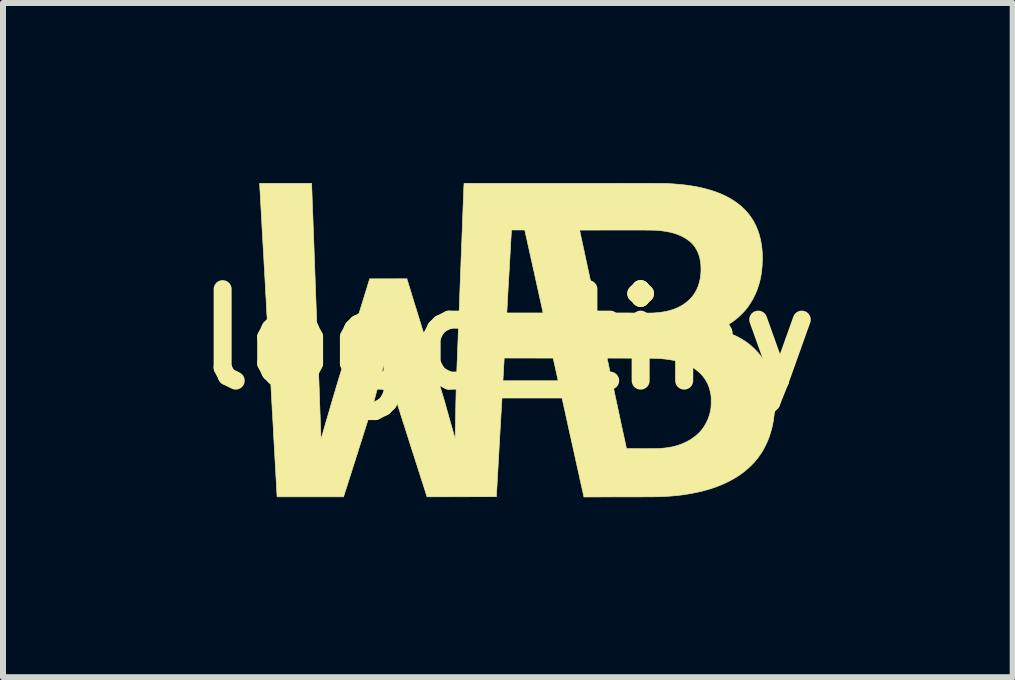
<source format=kicad_pcb>
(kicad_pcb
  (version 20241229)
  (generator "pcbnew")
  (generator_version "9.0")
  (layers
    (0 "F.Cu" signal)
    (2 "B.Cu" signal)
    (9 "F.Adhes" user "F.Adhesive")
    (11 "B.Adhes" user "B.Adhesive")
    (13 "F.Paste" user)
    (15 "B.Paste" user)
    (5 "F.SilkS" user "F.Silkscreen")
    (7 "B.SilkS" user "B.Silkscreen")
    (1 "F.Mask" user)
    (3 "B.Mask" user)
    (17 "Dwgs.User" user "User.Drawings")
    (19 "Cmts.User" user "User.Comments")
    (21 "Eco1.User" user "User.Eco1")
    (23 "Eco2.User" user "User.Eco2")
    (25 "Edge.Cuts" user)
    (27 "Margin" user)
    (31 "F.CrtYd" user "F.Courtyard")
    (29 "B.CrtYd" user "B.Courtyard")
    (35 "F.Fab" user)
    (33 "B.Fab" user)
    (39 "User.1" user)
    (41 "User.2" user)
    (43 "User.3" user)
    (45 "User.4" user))
  (footprint "logo_tiny"
    (layer "F.Cu")
    (at 5.414 2.604)
    (property "Reference" "logo_tiny" (at 0 0 0) (layer "F.SilkS") (effects (font (size 1.524 1.524) (thickness 0.3))))
    (attr through_hole)
    (fp_poly (pts (xy -3.27 -2.591) (xy -3.27 -2.588) (xy -3.27 -2.58) (xy -3.269 -2.567) (xy -3.268 -2.548) (xy -3.268 -2.526) (xy -3.267 -2.499) (xy -3.265 -2.468) (xy -3.264 -2.433) (xy -3.263 -2.394) (xy -3.261 -2.351) (xy -3.26 -2.305) (xy -3.258 -2.256) (xy -3.256 -2.204) (xy -3.254 -2.15) (xy -3.252 -2.092) (xy -3.249 -2.033) (xy -3.247 -1.971) (xy -3.245 -1.907) (xy -3.242 -1.841) (xy -3.24 -1.773) (xy -3.237 -1.705) (xy -3.236 -1.68) (xy -3.231 -1.538) (xy -3.226 -1.401) (xy -3.221 -1.268) (xy -3.217 -1.141) (xy -3.212 -1.019) (xy -3.208 -0.901) (xy -3.204 -0.788) (xy -3.2 -0.68) (xy -3.196 -0.576) (xy -3.192 -0.476) (xy -3.188 -0.38) (xy -3.185 -0.288) (xy -3.182 -0.201) (xy -3.179 -0.116) (xy -3.176 -0.036) (xy -3.173 0.041) (xy -3.17 0.115) (xy -3.168 0.185) (xy -3.165 0.252) (xy -3.163 0.316) (xy -3.161 0.377) (xy -3.158 0.436) (xy -3.156 0.491) (xy -3.154 0.545) (xy -3.153 0.596) (xy -3.151 0.644) (xy -3.149 0.69) (xy -3.147 0.735) (xy -3.146 0.777) (xy -3.144 0.818) (xy -3.143 0.856) (xy -3.142 0.894) (xy -3.14 0.929) (xy -3.139 0.964) (xy -3.138 0.997) (xy -3.137 1.03) (xy -3.136 1.061) (xy -3.135 1.091) (xy -3.134 1.121) (xy -3.133 1.15) (xy -3.132 1.179) (xy -3.131 1.207) (xy -3.13 1.235) (xy -3.129 1.238) (xy -3.128 1.285) (xy -3.126 1.331) (xy -3.125 1.375) (xy -3.123 1.417) (xy -3.122 1.456) (xy -3.12 1.493) (xy -3.119 1.527) (xy -3.118 1.558) (xy -3.117 1.586) (xy -3.116 1.609) (xy -3.115 1.629) (xy -3.115 1.645) (xy -3.114 1.655) (xy -3.114 1.661) (xy -3.114 1.662) (xy -3.112 1.661) (xy -3.11 1.655) (xy -3.109 1.649) (xy -3.091 1.587) (xy -3.073 1.524) (xy -3.054 1.46) (xy -3.036 1.396) (xy -3.017 1.331) (xy -2.998 1.266) (xy -2.979 1.202) (xy -2.961 1.139) (xy -2.943 1.077) (xy -2.925 1.017) (xy -2.908 0.958) (xy -2.891 0.902) (xy -2.875 0.849) (xy -2.861 0.799) (xy -2.847 0.753) (xy -2.834 0.71) (xy -2.822 0.671) (xy -2.812 0.637) (xy -2.806 0.619) (xy -2.798 0.593) (xy -2.789 0.563) (xy -2.778 0.528) (xy -2.766 0.49) (xy -2.753 0.447) (xy -2.739 0.402) (xy -2.724 0.354) (xy -2.708 0.303) (xy -2.692 0.25) (xy -2.675 0.195) (xy -2.657 0.139) (xy -2.64 0.082) (xy -2.622 0.024) (xy -2.604 -0.033) (xy -2.586 -0.091) (xy -2.568 -0.148) (xy -2.561 -0.172) (xy -2.544 -0.228) (xy -2.527 -0.283) (xy -2.51 -0.337) (xy -2.493 -0.391) (xy -2.477 -0.444) (xy -2.461 -0.495) (xy -2.446 -0.544) (xy -2.431 -0.592) (xy -2.417 -0.637) (xy -2.404 -0.679) (xy -2.392 -0.718) (xy -2.381 -0.754) (xy -2.371 -0.787) (xy -2.362 -0.815) (xy -2.355 -0.839) (xy -2.348 -0.859) (xy -2.345 -0.87) (xy -2.303 -1.007) (xy -1.993 -1.007) (xy -1.683 -1.008) (xy -1.668 -0.959) (xy -1.665 -0.95) (xy -1.66 -0.935) (xy -1.655 -0.917) (xy -1.648 -0.894) (xy -1.64 -0.869) (xy -1.631 -0.84) (xy -1.622 -0.809) (xy -1.611 -0.776) (xy -1.601 -0.741) (xy -1.59 -0.706) (xy -1.579 -0.669) (xy -1.576 -0.662) (xy -1.564 -0.621) (xy -1.551 -0.579) (xy -1.537 -0.535) (xy -1.523 -0.49) (xy -1.51 -0.446) (xy -1.496 -0.402) (xy -1.483 -0.36) (xy -1.471 -0.321) (xy -1.46 -0.284) (xy -1.45 -0.252) (xy -1.445 -0.237) (xy -1.437 -0.209) (xy -1.427 -0.176) (xy -1.415 -0.14) (xy -1.403 -0.101) (xy -1.39 -0.059) (xy -1.377 -0.015) (xy -1.363 0.03) (xy -1.349 0.075) (xy -1.335 0.121) (xy -1.321 0.165) (xy -1.308 0.208) (xy -1.302 0.226) (xy -1.28 0.3) (xy -1.258 0.369) (xy -1.238 0.434) (xy -1.22 0.494) (xy -1.203 0.55) (xy -1.187 0.601) (xy -1.172 0.649) (xy -1.159 0.693) (xy -1.146 0.733) (xy -1.135 0.77) (xy -1.124 0.804) (xy -1.115 0.835) (xy -1.106 0.864) (xy -1.099 0.889) (xy -1.091 0.913) (xy -1.085 0.934) (xy -1.079 0.953) (xy -1.074 0.97) (xy -1.069 0.986) (xy -1.065 1) (xy -1.061 1.014) (xy -1.058 1.026) (xy -1.054 1.037) (xy -1.051 1.048) (xy -1.048 1.059) (xy -1.047 1.063) (xy -1.042 1.081) (xy -1.035 1.104) (xy -1.028 1.131) (xy -1.02 1.161) (xy -1.011 1.193) (xy -1.001 1.226) (xy -0.991 1.261) (xy -0.982 1.295) (xy -0.972 1.329) (xy -0.969 1.34) (xy -0.96 1.372) (xy -0.951 1.405) (xy -0.942 1.437) (xy -0.933 1.468) (xy -0.925 1.497) (xy -0.917 1.523) (xy -0.911 1.547) (xy -0.905 1.567) (xy -0.901 1.583) (xy -0.899 1.589) (xy -0.893 1.61) (xy -0.888 1.626) (xy -0.884 1.638) (xy -0.881 1.646) (xy -0.88 1.648) (xy -0.879 1.648) (xy -0.879 1.645) (xy -0.879 1.636) (xy -0.878 1.623) (xy -0.878 1.606) (xy -0.877 1.584) (xy -0.877 1.559) (xy -0.876 1.53) (xy -0.875 1.498) (xy -0.874 1.463) (xy -0.874 1.425) (xy -0.873 1.385) (xy -0.872 1.343) (xy -0.871 1.299) (xy -0.87 1.254) (xy -0.869 1.185) (xy -0.868 1.122) (xy -0.867 1.062) (xy -0.865 1.006) (xy -0.864 0.953) (xy -0.863 0.902) (xy -0.862 0.853) (xy -0.86 0.806) (xy -0.859 0.759) (xy -0.857 0.712) (xy -0.856 0.664) (xy -0.854 0.616) (xy -0.853 0.59) (xy -0.851 0.55) (xy -0.85 0.505) (xy -0.848 0.455) (xy -0.846 0.402) (xy -0.843 0.344) (xy -0.841 0.282) (xy -0.839 0.217) (xy -0.836 0.149) (xy -0.833 0.078) (xy -0.83 0.005) (xy -0.828 -0.07) (xy -0.825 -0.147) (xy -0.822 -0.226) (xy -0.819 -0.305) (xy -0.816 -0.385) (xy -0.813 -0.438) (xy -0.018 -0.438) (xy 0.588 -0.438) (xy 0.587 -0.445) (xy 0.586 -0.448) (xy 0.584 -0.456) (xy 0.581 -0.469) (xy 0.578 -0.486) (xy 0.573 -0.507) (xy 0.568 -0.531) (xy 0.561 -0.559) (xy 0.555 -0.59) (xy 0.547 -0.623) (xy 0.539 -0.659) (xy 0.531 -0.697) (xy 0.522 -0.736) (xy 0.515 -0.769) (xy 0.505 -0.814) (xy 0.494 -0.863) (xy 0.482 -0.916) (xy 0.47 -0.972) (xy 0.457 -1.03) (xy 0.444 -1.09) (xy 0.431 -1.15) (xy 0.417 -1.21) (xy 0.404 -1.27) (xy 0.391 -1.327) (xy 0.379 -1.383) (xy 0.367 -1.435) (xy 0.363 -1.454) (xy 0.282 -1.819) (xy 1.196 -1.819) (xy 1.341 -1.143) (xy 1.354 -1.084) (xy 1.366 -1.026) (xy 1.379 -0.969) (xy 1.39 -0.914) (xy 1.402 -0.862) (xy 1.412 -0.811) (xy 1.423 -0.763) (xy 1.433 -0.717) (xy 1.442 -0.674) (xy 1.45 -0.635) (xy 1.458 -0.598) (xy 1.465 -0.565) (xy 1.471 -0.536) (xy 1.477 -0.511) (xy 1.481 -0.49) (xy 1.485 -0.473) (xy 1.487 -0.461) (xy 1.489 -0.454) (xy 1.489 -0.453) (xy 1.492 -0.439) (xy 1.901 -0.438) (xy 1.947 -0.438) (xy 1.993 -0.438) (xy 2.038 -0.438) (xy 2.081 -0.437) (xy 2.122 -0.437) (xy 2.16 -0.437) (xy 2.196 -0.437) (xy 2.229 -0.437) (xy 2.258 -0.437) (xy 2.284 -0.437) (xy 2.306 -0.437) (xy 2.323 -0.437) (xy 2.336 -0.437) (xy 2.344 -0.436) (xy 2.345 -0.436) (xy 2.36 -0.436) (xy 2.379 -0.437) (xy 2.399 -0.437) (xy 2.419 -0.438) (xy 2.432 -0.438) (xy 2.502 -0.444) (xy 2.569 -0.452) (xy 2.632 -0.463) (xy 2.691 -0.477) (xy 2.748 -0.494) (xy 2.802 -0.514) (xy 2.854 -0.538) (xy 2.869 -0.546) (xy 2.92 -0.575) (xy 2.967 -0.609) (xy 3.011 -0.645) (xy 3.051 -0.685) (xy 3.087 -0.728) (xy 3.118 -0.773) (xy 3.145 -0.821) (xy 3.167 -0.872) (xy 3.175 -0.892) (xy 3.192 -0.949) (xy 3.205 -1.005) (xy 3.213 -1.063) (xy 3.218 -1.123) (xy 3.219 -1.171) (xy 3.217 -1.234) (xy 3.211 -1.293) (xy 3.2 -1.349) (xy 3.185 -1.402) (xy 3.166 -1.452) (xy 3.143 -1.498) (xy 3.116 -1.541) (xy 3.085 -1.58) (xy 3.049 -1.617) (xy 3.025 -1.637) (xy 2.982 -1.669) (xy 2.935 -1.698) (xy 2.885 -1.724) (xy 2.831 -1.746) (xy 2.773 -1.766) (xy 2.711 -1.782) (xy 2.645 -1.796) (xy 2.574 -1.806) (xy 2.517 -1.813) (xy 2.506 -1.814) (xy 2.495 -1.815) (xy 2.481 -1.815) (xy 2.467 -1.816) (xy 2.45 -1.817) (xy 2.432 -1.817) (xy 2.412 -1.818) (xy 2.389 -1.818) (xy 2.364 -1.819) (xy 2.336 -1.819) (xy 2.305 -1.819) (xy 2.271 -1.82) (xy 2.233 -1.82) (xy 2.192 -1.82) (xy 2.147 -1.82) (xy 2.098 -1.82) (xy 2.045 -1.82) (xy 1.988 -1.82) (xy 1.926 -1.82) (xy 1.859 -1.82) (xy 1.787 -1.82) (xy 1.76 -1.82) (xy 1.196 -1.819) (xy 0.282 -1.819) (xy 0.282 -1.821) (xy 0.172 -1.821) (xy 0.062 -1.821) (xy 0.06 -1.815) (xy 0.06 -1.811) (xy 0.06 -1.803) (xy 0.059 -1.79) (xy 0.058 -1.772) (xy 0.056 -1.751) (xy 0.055 -1.726) (xy 0.053 -1.697) (xy 0.051 -1.665) (xy 0.049 -1.63) (xy 0.047 -1.593) (xy 0.045 -1.553) (xy 0.043 -1.512) (xy 0.04 -1.468) (xy 0.039 -1.444) (xy 0.036 -1.398) (xy 0.034 -1.351) (xy 0.031 -1.306) (xy 0.029 -1.261) (xy 0.026 -1.217) (xy 0.024 -1.175) (xy 0.022 -1.135) (xy 0.019 -1.098) (xy 0.018 -1.064) (xy 0.016 -1.033) (xy 0.014 -1.006) (xy 0.013 -0.984) (xy 0.012 -0.967) (xy 0.012 -0.965) (xy 0.011 -0.942) (xy 0.009 -0.915) (xy 0.007 -0.884) (xy 0.005 -0.85) (xy 0.003 -0.814) (xy 0.001 -0.777) (xy -0.001 -0.739) (xy -0.003 -0.702) (xy -0.005 -0.666) (xy -0.005 -0.659) (xy -0.007 -0.627) (xy -0.009 -0.596) (xy -0.01 -0.567) (xy -0.012 -0.541) (xy -0.013 -0.517) (xy -0.014 -0.496) (xy -0.016 -0.478) (xy -0.016 -0.465) (xy -0.017 -0.456) (xy -0.017 -0.453) (xy -0.018 -0.438) (xy -0.813 -0.438) (xy -0.812 -0.466) (xy -0.809 -0.547) (xy -0.806 -0.628) (xy -0.803 -0.708) (xy -0.8 -0.787) (xy -0.797 -0.865) (xy -0.794 -0.942) (xy -0.791 -1.016) (xy -0.789 -1.089) (xy -0.786 -1.159) (xy -0.783 -1.226) (xy -0.781 -1.29) (xy -0.779 -1.351) (xy -0.776 -1.407) (xy -0.775 -1.432) (xy -0.773 -1.486) (xy -0.771 -1.545) (xy -0.769 -1.605) (xy -0.766 -1.668) (xy -0.764 -1.733) (xy -0.761 -1.798) (xy -0.759 -1.862) (xy -0.757 -1.926) (xy -0.754 -1.988) (xy -0.752 -2.048) (xy -0.75 -2.105) (xy -0.748 -2.158) (xy -0.746 -2.206) (xy -0.746 -2.206) (xy -0.744 -2.25) (xy -0.743 -2.292) (xy -0.741 -2.333) (xy -0.74 -2.372) (xy -0.738 -2.408) (xy -0.737 -2.442) (xy -0.736 -2.474) (xy -0.735 -2.501) (xy -0.734 -2.526) (xy -0.733 -2.546) (xy -0.732 -2.562) (xy -0.731 -2.574) (xy -0.731 -2.581) (xy -0.731 -2.582) (xy -0.729 -2.599) (xy 0.923 -2.599) (xy 1.042 -2.599) (xy 1.158 -2.599) (xy 1.269 -2.599) (xy 1.377 -2.599) (xy 1.481 -2.599) (xy 1.581 -2.599) (xy 1.677 -2.599) (xy 1.768 -2.599) (xy 1.856 -2.598) (xy 1.939 -2.598) (xy 2.018 -2.598) (xy 2.093 -2.598) (xy 2.163 -2.598) (xy 2.229 -2.598) (xy 2.29 -2.598) (xy 2.346 -2.598) (xy 2.398 -2.598) (xy 2.445 -2.597) (xy 2.487 -2.597) (xy 2.524 -2.597) (xy 2.556 -2.597) (xy 2.584 -2.597) (xy 2.606 -2.597) (xy 2.623 -2.596) (xy 2.635 -2.596) (xy 2.64 -2.596) (xy 2.748 -2.59) (xy 2.85 -2.582) (xy 2.949 -2.572) (xy 3.043 -2.559) (xy 3.134 -2.544) (xy 3.221 -2.526) (xy 3.304 -2.505) (xy 3.377 -2.485) (xy 3.462 -2.457) (xy 3.542 -2.426) (xy 3.618 -2.392) (xy 3.69 -2.355) (xy 3.757 -2.314) (xy 3.82 -2.271) (xy 3.879 -2.225) (xy 3.933 -2.175) (xy 3.983 -2.123) (xy 4.028 -2.067) (xy 4.069 -2.008) (xy 4.106 -1.947) (xy 4.138 -1.882) (xy 4.166 -1.814) (xy 4.19 -1.743) (xy 4.209 -1.669) (xy 4.224 -1.591) (xy 4.235 -1.511) (xy 4.241 -1.428) (xy 4.243 -1.341) (xy 4.242 -1.313) (xy 4.238 -1.223) (xy 4.23 -1.136) (xy 4.217 -1.052) (xy 4.2 -0.971) (xy 4.178 -0.893) (xy 4.152 -0.817) (xy 4.121 -0.745) (xy 4.086 -0.674) (xy 4.046 -0.607) (xy 4.002 -0.541) (xy 3.971 -0.501) (xy 3.959 -0.486) (xy 3.944 -0.469) (xy 3.926 -0.45) (xy 3.906 -0.43) (xy 3.886 -0.41) (xy 3.865 -0.39) (xy 3.845 -0.371) (xy 3.826 -0.354) (xy 3.81 -0.34) (xy 3.802 -0.333) (xy 3.745 -0.291) (xy 3.683 -0.252) (xy 3.619 -0.217) (xy 3.552 -0.186) (xy 3.505 -0.167) (xy 3.478 -0.157) (xy 3.519 -0.148) (xy 3.597 -0.13) (xy 3.673 -0.106) (xy 3.747 -0.078) (xy 3.819 -0.046) (xy 3.887 -0.009) (xy 3.953 0.032) (xy 3.998 0.064) (xy 4.058 0.112) (xy 4.114 0.164) (xy 4.166 0.219) (xy 4.214 0.278) (xy 4.258 0.341) (xy 4.298 0.407) (xy 4.334 0.476) (xy 4.366 0.549) (xy 4.374 0.57) (xy 4.398 0.638) (xy 4.417 0.71) (xy 4.432 0.784) (xy 4.442 0.862) (xy 4.449 0.943) (xy 4.451 1.028) (xy 4.45 1.115) (xy 4.444 1.206) (xy 4.438 1.263) (xy 4.426 1.354) (xy 4.409 1.443) (xy 4.387 1.528) (xy 4.362 1.61) (xy 4.332 1.689) (xy 4.297 1.765) (xy 4.292 1.775) (xy 4.26 1.837) (xy 4.225 1.895) (xy 4.187 1.95) (xy 4.147 2.003) (xy 4.103 2.054) (xy 4.054 2.105) (xy 4.045 2.114) (xy 3.985 2.169) (xy 3.92 2.222) (xy 3.851 2.271) (xy 3.778 2.317) (xy 3.7 2.36) (xy 3.619 2.4) (xy 3.533 2.437) (xy 3.444 2.471) (xy 3.35 2.501) (xy 3.253 2.528) (xy 3.152 2.552) (xy 3.048 2.572) (xy 2.94 2.59) (xy 2.828 2.604) (xy 2.712 2.614) (xy 2.666 2.617) (xy 2.651 2.618) (xy 2.636 2.619) (xy 2.622 2.62) (xy 2.608 2.621) (xy 2.594 2.622) (xy 2.579 2.622) (xy 2.564 2.623) (xy 2.548 2.623) (xy 2.531 2.624) (xy 2.513 2.624) (xy 2.492 2.625) (xy 2.47 2.625) (xy 2.446 2.625) (xy 2.42 2.626) (xy 2.391 2.626) (xy 2.359 2.626) (xy 2.324 2.626) (xy 2.285 2.626) (xy 2.243 2.627) (xy 2.198 2.627) (xy 2.148 2.627) (xy 2.093 2.627) (xy 2.035 2.627) (xy 1.971 2.627) (xy 1.902 2.627) (xy 1.891 2.627) (xy 1.268 2.629) (xy 1.262 2.604) (xy 1.261 2.599) (xy 1.259 2.59) (xy 1.256 2.575) (xy 1.252 2.556) (xy 1.247 2.532) (xy 1.24 2.504) (xy 1.233 2.472) (xy 1.225 2.436) (xy 1.216 2.396) (xy 1.206 2.352) (xy 1.196 2.305) (xy 1.185 2.254) (xy 1.173 2.2) (xy 1.16 2.143) (xy 1.147 2.084) (xy 1.133 2.021) (xy 1.119 1.957) (xy 1.104 1.889) (xy 1.089 1.82) (xy 1.073 1.749) (xy 1.057 1.676) (xy 1.04 1.601) (xy 1.023 1.525) (xy 1.006 1.448) (xy 0.989 1.37) (xy 0.971 1.29) (xy 0.954 1.21) (xy 0.936 1.129) (xy 0.918 1.048) (xy 0.9 0.967) (xy 0.882 0.885) (xy 0.864 0.804) (xy 0.846 0.722) (xy 0.835 0.676) (xy 0.827 0.637) (xy 0.818 0.598) (xy 0.81 0.561) (xy 0.802 0.525) (xy 0.794 0.492) (xy 0.788 0.461) (xy 0.781 0.433) (xy 0.776 0.408) (xy 0.771 0.387) (xy 0.767 0.37) (xy 0.764 0.357) (xy 0.763 0.349) (xy 0.762 0.348) (xy 0.755 0.314) (xy 0.734 0.314) (xy 1.653 0.314) (xy 1.658 0.337) (xy 1.659 0.341) (xy 1.661 0.351) (xy 1.665 0.365) (xy 1.669 0.384) (xy 1.674 0.407) (xy 1.679 0.435) (xy 1.686 0.466) (xy 1.694 0.501) (xy 1.702 0.54) (xy 1.711 0.581) (xy 1.721 0.626) (xy 1.731 0.674) (xy 1.742 0.724) (xy 1.753 0.777) (xy 1.765 0.831) (xy 1.777 0.888) (xy 1.789 0.947) (xy 1.802 1.006) (xy 1.815 1.068) (xy 1.82 1.088) (xy 1.833 1.15) (xy 1.846 1.21) (xy 1.858 1.268) (xy 1.87 1.325) (xy 1.882 1.38) (xy 1.893 1.432) (xy 1.904 1.482) (xy 1.914 1.53) (xy 1.924 1.575) (xy 1.933 1.616) (xy 1.941 1.655) (xy 1.949 1.69) (xy 1.956 1.721) (xy 1.961 1.748) (xy 1.966 1.772) (xy 1.971 1.791) (xy 1.974 1.805) (xy 1.976 1.815) (xy 1.977 1.82) (xy 1.977 1.82) (xy 1.98 1.821) (xy 1.988 1.821) (xy 2 1.822) (xy 2.016 1.822) (xy 2.036 1.822) (xy 2.059 1.823) (xy 2.085 1.823) (xy 2.113 1.823) (xy 2.143 1.823) (xy 2.175 1.823) (xy 2.207 1.824) (xy 2.241 1.824) (xy 2.274 1.824) (xy 2.307 1.823) (xy 2.34 1.823) (xy 2.371 1.823) (xy 2.401 1.823) (xy 2.429 1.823) (xy 2.455 1.822) (xy 2.477 1.822) (xy 2.497 1.822) (xy 2.512 1.821) (xy 2.524 1.821) (xy 2.597 1.815) (xy 2.666 1.806) (xy 2.731 1.795) (xy 2.794 1.78) (xy 2.853 1.762) (xy 2.911 1.74) (xy 2.967 1.715) (xy 2.982 1.707) (xy 3.039 1.676) (xy 3.092 1.641) (xy 3.14 1.603) (xy 3.185 1.562) (xy 3.225 1.518) (xy 3.261 1.47) (xy 3.293 1.418) (xy 3.311 1.385) (xy 3.333 1.339) (xy 3.35 1.292) (xy 3.365 1.244) (xy 3.377 1.192) (xy 3.384 1.152) (xy 3.386 1.137) (xy 3.387 1.117) (xy 3.388 1.094) (xy 3.389 1.068) (xy 3.389 1.042) (xy 3.389 1.015) (xy 3.389 0.989) (xy 3.388 0.965) (xy 3.386 0.944) (xy 3.384 0.927) (xy 3.384 0.924) (xy 3.372 0.865) (xy 3.357 0.809) (xy 3.336 0.756) (xy 3.312 0.706) (xy 3.283 0.659) (xy 3.249 0.614) (xy 3.211 0.572) (xy 3.208 0.569) (xy 3.167 0.532) (xy 3.123 0.498) (xy 3.075 0.466) (xy 3.023 0.438) (xy 2.968 0.413) (xy 2.909 0.391) (xy 2.845 0.371) (xy 2.778 0.355) (xy 2.706 0.342) (xy 2.63 0.331) (xy 2.55 0.323) (xy 2.466 0.318) (xy 2.456 0.318) (xy 2.441 0.318) (xy 2.421 0.317) (xy 2.396 0.317) (xy 2.368 0.317) (xy 2.337 0.316) (xy 2.302 0.316) (xy 2.265 0.316) (xy 2.225 0.316) (xy 2.183 0.315) (xy 2.14 0.315) (xy 2.095 0.315) (xy 2.05 0.315) (xy 2.028 0.315) (xy 1.653 0.314) (xy 0.734 0.314) (xy -0.061 0.313) (xy -0.062 0.328) (xy -0.062 0.332) (xy -0.062 0.341) (xy -0.063 0.355) (xy -0.064 0.373) (xy -0.065 0.397) (xy -0.067 0.424) (xy -0.069 0.456) (xy -0.071 0.492) (xy -0.073 0.533) (xy -0.075 0.576) (xy -0.078 0.624) (xy -0.081 0.675) (xy -0.084 0.729) (xy -0.087 0.786) (xy -0.09 0.846) (xy -0.094 0.908) (xy -0.098 0.973) (xy -0.101 1.041) (xy -0.105 1.111) (xy -0.109 1.182) (xy -0.114 1.256) (xy -0.118 1.331) (xy -0.122 1.408) (xy -0.127 1.484) (xy -0.191 2.624) (xy -0.769 2.625) (xy -1.347 2.626) (xy -1.35 2.617) (xy -1.356 2.597) (xy -1.364 2.573) (xy -1.373 2.544) (xy -1.384 2.511) (xy -1.395 2.474) (xy -1.408 2.434) (xy -1.422 2.39) (xy -1.438 2.343) (xy -1.454 2.293) (xy -1.47 2.24) (xy -1.488 2.186) (xy -1.506 2.129) (xy -1.525 2.071) (xy -1.544 2.011) (xy -1.563 1.95) (xy -1.583 1.889) (xy -1.603 1.827) (xy -1.623 1.764) (xy -1.643 1.702) (xy -1.662 1.64) (xy -1.682 1.579) (xy -1.686 1.567) (xy -1.706 1.503) (xy -1.725 1.443) (xy -1.743 1.388) (xy -1.759 1.338) (xy -1.774 1.291) (xy -1.788 1.248) (xy -1.8 1.208) (xy -1.812 1.171) (xy -1.823 1.136) (xy -1.833 1.104) (xy -1.842 1.075) (xy -1.851 1.047) (xy -1.859 1.02) (xy -1.867 0.995) (xy -1.874 0.97) (xy -1.881 0.946) (xy -1.888 0.923) (xy -1.895 0.899) (xy -1.902 0.875) (xy -1.91 0.85) (xy -1.917 0.825) (xy -1.925 0.798) (xy -1.933 0.77) (xy -1.933 0.769) (xy -1.948 0.715) (xy -1.962 0.667) (xy -1.975 0.623) (xy -1.986 0.584) (xy -1.996 0.548) (xy -2.005 0.517) (xy -2.013 0.49) (xy -2.02 0.466) (xy -2.026 0.445) (xy -2.031 0.427) (xy -2.035 0.412) (xy -2.039 0.4) (xy -2.042 0.39) (xy -2.044 0.382) (xy -2.046 0.375) (xy -2.048 0.371) (xy -2.049 0.368) (xy -2.05 0.365) (xy -2.05 0.364) (xy -2.05 0.364) (xy -2.051 0.364) (xy -2.052 0.366) (xy -2.054 0.373) (xy -2.057 0.385) (xy -2.061 0.4) (xy -2.066 0.418) (xy -2.072 0.439) (xy -2.078 0.462) (xy -2.085 0.487) (xy -2.086 0.491) (xy -2.093 0.515) (xy -2.1 0.544) (xy -2.109 0.576) (xy -2.118 0.611) (xy -2.128 0.648) (xy -2.138 0.687) (xy -2.149 0.726) (xy -2.159 0.764) (xy -2.169 0.802) (xy -2.176 0.828) (xy -2.232 1.036) (xy -2.376 1.487) (xy -2.393 1.541) (xy -2.411 1.597) (xy -2.429 1.655) (xy -2.448 1.715) (xy -2.468 1.776) (xy -2.487 1.836) (xy -2.506 1.897) (xy -2.525 1.956) (xy -2.543 2.014) (xy -2.561 2.069) (xy -2.578 2.122) (xy -2.594 2.172) (xy -2.608 2.218) (xy -2.621 2.259) (xy -2.623 2.265) (xy -2.636 2.305) (xy -2.649 2.345) (xy -2.661 2.383) (xy -2.672 2.419) (xy -2.683 2.453) (xy -2.693 2.485) (xy -2.702 2.513) (xy -2.711 2.539) (xy -2.718 2.561) (xy -2.723 2.579) (xy -2.728 2.594) (xy -2.731 2.604) (xy -2.733 2.609) (xy -2.733 2.609) (xy -2.738 2.626) (xy -3.845 2.626) (xy -3.846 2.62) (xy -3.846 2.616) (xy -3.847 2.607) (xy -3.848 2.594) (xy -3.849 2.578) (xy -3.85 2.558) (xy -3.851 2.536) (xy -3.853 2.511) (xy -3.854 2.486) (xy -3.854 2.485) (xy -3.855 2.473) (xy -3.855 2.46) (xy -3.856 2.445) (xy -3.857 2.428) (xy -3.858 2.41) (xy -3.859 2.389) (xy -3.86 2.367) (xy -3.862 2.343) (xy -3.863 2.316) (xy -3.865 2.287) (xy -3.867 2.255) (xy -3.868 2.22) (xy -3.871 2.183) (xy -3.873 2.143) (xy -3.875 2.099) (xy -3.878 2.053) (xy -3.881 2.003) (xy -3.884 1.95) (xy -3.887 1.893) (xy -3.89 1.832) (xy -3.894 1.768) (xy -3.898 1.699) (xy -3.902 1.627) (xy -3.906 1.55) (xy -3.91 1.469) (xy -3.915 1.383) (xy -3.92 1.293) (xy -3.926 1.197) (xy -3.931 1.098) (xy -3.937 0.993) (xy -3.943 0.882) (xy -3.946 0.825) (xy -3.948 0.788) (xy -3.95 0.751) (xy -3.952 0.716) (xy -3.954 0.68) (xy -3.956 0.645) (xy -3.958 0.61) (xy -3.96 0.574) (xy -3.962 0.539) (xy -3.964 0.502) (xy -3.966 0.466) (xy -3.969 0.428) (xy -3.971 0.389) (xy -3.973 0.349) (xy -3.975 0.308) (xy -3.978 0.265) (xy -3.98 0.221) (xy -3.983 0.174) (xy -3.985 0.126) (xy -3.988 0.075) (xy -3.991 0.022) (xy -3.994 -0.034) (xy -3.998 -0.093) (xy -4.001 -0.154) (xy -4.005 -0.219) (xy -4.008 -0.286) (xy -4.012 -0.358) (xy -4.017 -0.433) (xy -4.021 -0.511) (xy -4.026 -0.594) (xy -4.03 -0.681) (xy -4.036 -0.772) (xy -4.041 -0.868) (xy -4.046 -0.968) (xy -4.052 -1.073) (xy -4.058 -1.183) (xy -4.064 -1.282) (xy -4.067 -1.342) (xy -4.071 -1.404) (xy -4.074 -1.468) (xy -4.078 -1.534) (xy -4.082 -1.601) (xy -4.086 -1.668) (xy -4.089 -1.735) (xy -4.093 -1.801) (xy -4.097 -1.865) (xy -4.1 -1.928) (xy -4.103 -1.988) (xy -4.107 -2.045) (xy -4.11 -2.099) (xy -4.112 -2.148) (xy -4.115 -2.192) (xy -4.117 -2.237) (xy -4.12 -2.281) (xy -4.122 -2.323) (xy -4.124 -2.363) (xy -4.126 -2.4) (xy -4.128 -2.436) (xy -4.13 -2.468) (xy -4.132 -2.497) (xy -4.133 -2.522) (xy -4.134 -2.544) (xy -4.135 -2.562) (xy -4.136 -2.575) (xy -4.136 -2.583) (xy -4.136 -2.586) (xy -4.136 -2.599) (xy -3.27 -2.599) (xy -3.27 -2.591)) (stroke (width 0.01) (type solid)) (fill yes) (layer "F.SilkS")))
  (gr_rect
    (start -3 -3)
    (end 13.828 8.237)
    (stroke (width 0.1) (type default))
    (fill no)
    (layer "Edge.Cuts")))
</source>
